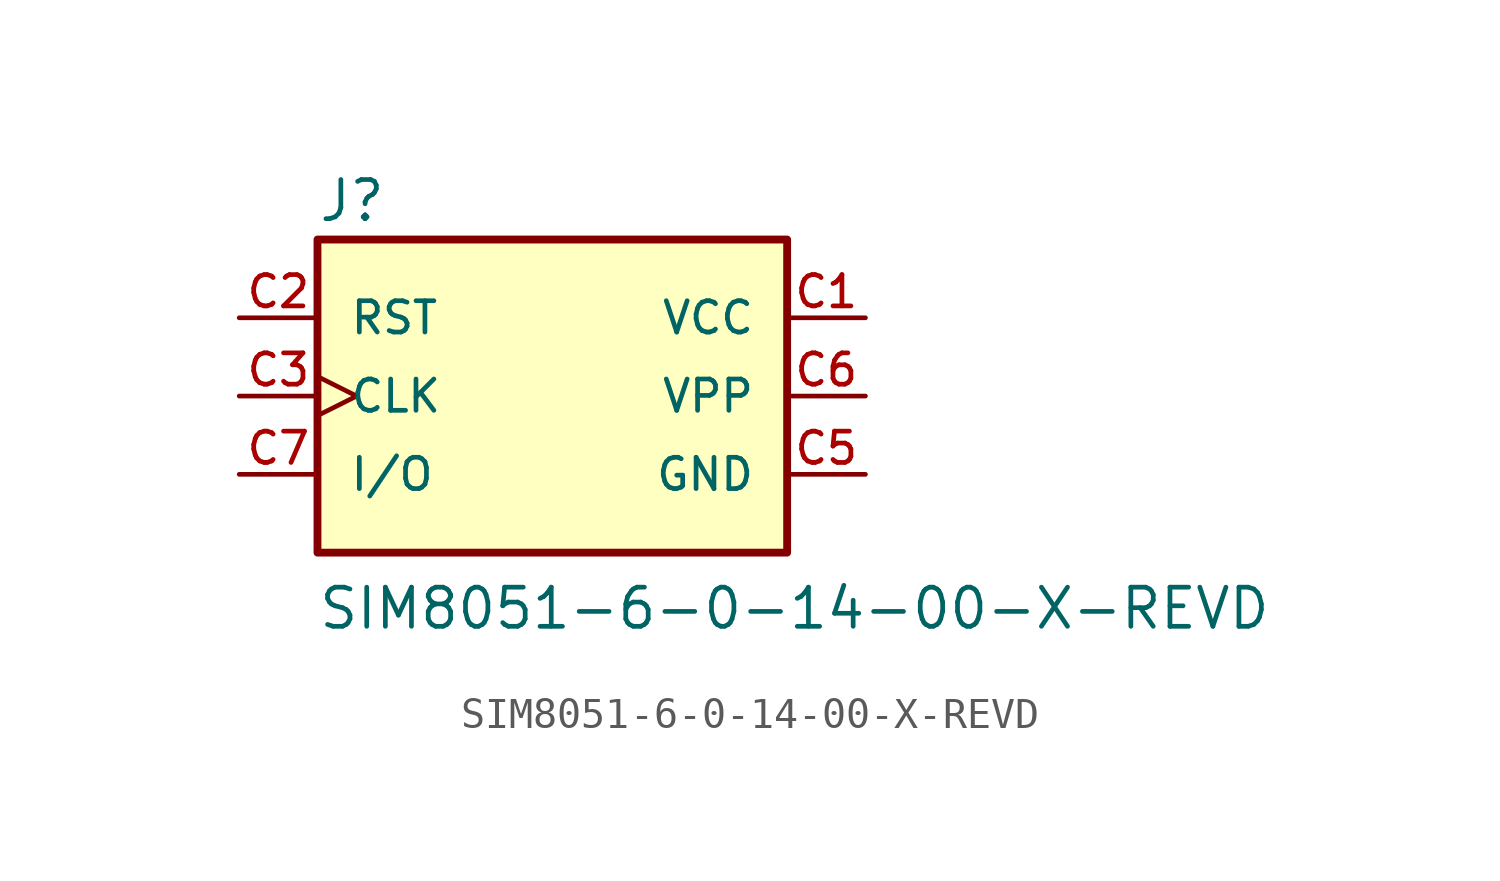
<source format=kicad_sym>
(kicad_symbol_lib
  (version 20211014)
  (generator kicad_symbol_editor)
  (symbol "SIM8051-6-0-14-00-X-REVD"
    (pin_names
      (offset 1.016))
    (property "Reference" "J"
      (at -7.627 5.593 0)
      (effects (font (size 1.27 1.27)) (justify bottom left)))
    (property "Value" "SIM8051-6-0-14-00-X-REVD"
      (at -7.634 -7.634 0)
      (effects (font (size 1.27 1.27)) (justify bottom left)))
    (symbol "SIM8051-6-0-14-00-X-REVD_0_0"
      (rectangle (start -7.62 -5.08) (end 7.62 5.08) (stroke (width 0.254)) (fill (type background)))
      (pin power_in line (at 10.16 2.54 180.0) (length 2.54) (name "VCC" (effects (font (size 1.016 1.016)))) (number "C1" (effects (font (size 1.016 1.016)))))
      (pin input line (at -10.16 2.54 0) (length 2.54) (name "RST" (effects (font (size 1.016 1.016)))) (number "C2" (effects (font (size 1.016 1.016)))))
      (pin input clock (at -10.16 0.0 0) (length 2.54) (name "CLK" (effects (font (size 1.016 1.016)))) (number "C3" (effects (font (size 1.016 1.016)))))
      (pin power_in line (at 10.16 -2.54 180.0) (length 2.54) (name "GND" (effects (font (size 1.016 1.016)))) (number "C5" (effects (font (size 1.016 1.016)))))
      (pin power_in line (at 10.16 0.0 180.0) (length 2.54) (name "VPP" (effects (font (size 1.016 1.016)))) (number "C6" (effects (font (size 1.016 1.016)))))
      (pin bidirectional line (at -10.16 -2.54 0) (length 2.54) (name "I/O" (effects (font (size 1.016 1.016)))) (number "C7" (effects (font (size 1.016 1.016))))))))
</source>
